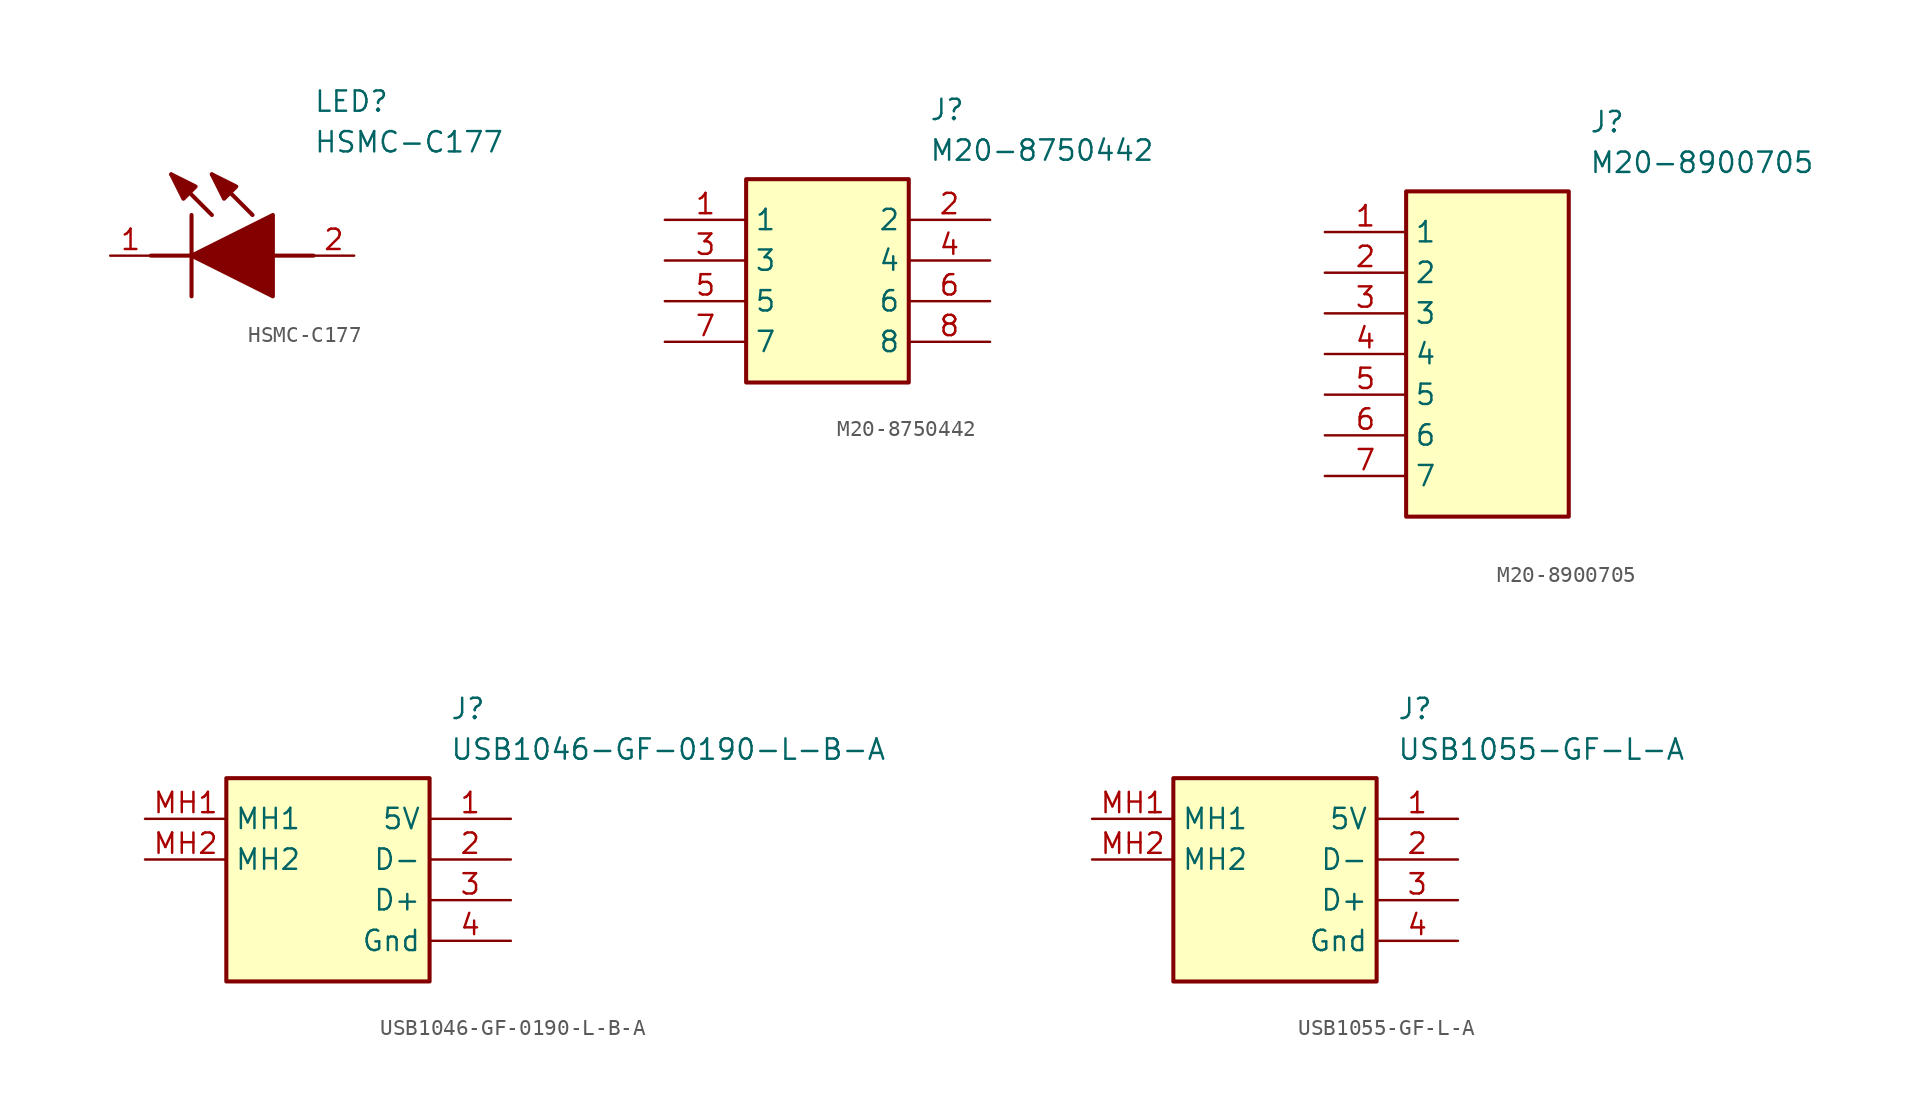
<source format=kicad_sym>
(kicad_symbol_lib
  (version 20231120)
  (generator "kicad_symbol_editor")
  (generator_version "8.0")
  (symbol "HSMC-C177"
    (pin_names hide)
    (property "Reference" "LED"
      (at 12.7 8.89 0)
      (effects (font (size 1.27 1.27)) (justify left bottom)))
    (property "Value" "HSMC-C177"
      (at 12.7 6.35 0)
      (effects (font (size 1.27 1.27)) (justify left bottom)))
    (polyline
      (pts (xy 5.08 2.54) (xy 5.08 -2.54))
      (stroke (width 0.254) (type default))
      (fill (type none)))
    (polyline
      (pts (xy 6.35 2.54) (xy 3.81 5.08))
      (stroke (width 0.254) (type default))
      (fill (type none)))
    (polyline
      (pts (xy 8.89 2.54) (xy 6.35 5.08))
      (stroke (width 0.254) (type default))
      (fill (type none)))
    (polyline
      (pts (xy 2.54 0) (xy 5.08 0))
      (stroke (width 0.254) (type default))
      (fill (type none)))
    (polyline
      (pts (xy 10.16 0) (xy 12.7 0))
      (stroke (width 0.254) (type default))
      (fill (type none)))
    (polyline
      (pts (xy 5.08 0) (xy 10.16 2.54) (xy 10.16 -2.54) (xy 5.08 0))
      (stroke (width 0.254) (type default))
      (fill (type outline)))
    (polyline
      (pts (xy 5.334 4.318) (xy 4.572 3.556) (xy 3.81 5.08) (xy 5.334 4.318))
      (stroke (width 0.254) (type default))
      (fill (type outline)))
    (polyline
      (pts (xy 7.874 4.318) (xy 7.112 3.556) (xy 6.35 5.08) (xy 7.874 4.318))
      (stroke (width 0.254) (type default))
      (fill (type outline)))
    (pin passive line
      (at 0 0 0)
      (length 2.54)
      (name "K" (effects (font (size 1.27 1.27))))
      (number "1" (effects (font (size 1.27 1.27)))))
    (pin passive line
      (at 15.24 0 180)
      (length 2.54)
      (name "A" (effects (font (size 1.27 1.27))))
      (number "2" (effects (font (size 1.27 1.27))))))
  (symbol "M20-8750442"
    (property "Reference" "J"
      (at 16.51 7.62 0)
      (effects (font (size 1.27 1.27)) (justify left top)))
    (property "Value" "M20-8750442"
      (at 16.51 5.08 0)
      (effects (font (size 1.27 1.27)) (justify left top)))
    (rectangle
      (start 5.08 2.54)
      (end 15.24 -10.16)
      (stroke (width 0.254) (type default))
      (fill (type background)))
    (pin passive line
      (at 0 0 0)
      (length 5.08)
      (name "1" (effects (font (size 1.27 1.27))))
      (number "1" (effects (font (size 1.27 1.27)))))
    (pin passive line
      (at 20.32 0 180)
      (length 5.08)
      (name "2" (effects (font (size 1.27 1.27))))
      (number "2" (effects (font (size 1.27 1.27)))))
    (pin passive line
      (at 0 -2.54 0)
      (length 5.08)
      (name "3" (effects (font (size 1.27 1.27))))
      (number "3" (effects (font (size 1.27 1.27)))))
    (pin passive line
      (at 20.32 -2.54 180)
      (length 5.08)
      (name "4" (effects (font (size 1.27 1.27))))
      (number "4" (effects (font (size 1.27 1.27)))))
    (pin passive line
      (at 0 -5.08 0)
      (length 5.08)
      (name "5" (effects (font (size 1.27 1.27))))
      (number "5" (effects (font (size 1.27 1.27)))))
    (pin passive line
      (at 20.32 -5.08 180)
      (length 5.08)
      (name "6" (effects (font (size 1.27 1.27))))
      (number "6" (effects (font (size 1.27 1.27)))))
    (pin passive line
      (at 0 -7.62 0)
      (length 5.08)
      (name "7" (effects (font (size 1.27 1.27))))
      (number "7" (effects (font (size 1.27 1.27)))))
    (pin passive line
      (at 20.32 -7.62 180)
      (length 5.08)
      (name "8" (effects (font (size 1.27 1.27))))
      (number "8" (effects (font (size 1.27 1.27))))))
  (symbol "M20-8900705"
    (property "Reference" "J"
      (at 16.51 7.62 0)
      (effects (font (size 1.27 1.27)) (justify left top)))
    (property "Value" "M20-8900705"
      (at 16.51 5.08 0)
      (effects (font (size 1.27 1.27)) (justify left top)))
    (rectangle
      (start 5.08 2.54)
      (end 15.24 -17.78)
      (stroke (width 0.254) (type default))
      (fill (type background)))
    (pin passive line
      (at 0 0 0)
      (length 5.08)
      (name "1" (effects (font (size 1.27 1.27))))
      (number "1" (effects (font (size 1.27 1.27)))))
    (pin passive line
      (at 0 -2.54 0)
      (length 5.08)
      (name "2" (effects (font (size 1.27 1.27))))
      (number "2" (effects (font (size 1.27 1.27)))))
    (pin passive line
      (at 0 -5.08 0)
      (length 5.08)
      (name "3" (effects (font (size 1.27 1.27))))
      (number "3" (effects (font (size 1.27 1.27)))))
    (pin passive line
      (at 0 -7.62 0)
      (length 5.08)
      (name "4" (effects (font (size 1.27 1.27))))
      (number "4" (effects (font (size 1.27 1.27)))))
    (pin passive line
      (at 0 -10.16 0)
      (length 5.08)
      (name "5" (effects (font (size 1.27 1.27))))
      (number "5" (effects (font (size 1.27 1.27)))))
    (pin passive line
      (at 0 -12.7 0)
      (length 5.08)
      (name "6" (effects (font (size 1.27 1.27))))
      (number "6" (effects (font (size 1.27 1.27)))))
    (pin passive line
      (at 0 -15.24 0)
      (length 5.08)
      (name "7" (effects (font (size 1.27 1.27))))
      (number "7" (effects (font (size 1.27 1.27))))))
  (symbol "USB1046-GF-0190-L-B-A"
    (property "Reference" "J"
      (at 19.05 7.62 0)
      (effects (font (size 1.27 1.27)) (justify left top)))
    (property "Value" "USB1046-GF-0190-L-B-A"
      (at 19.05 5.08 0)
      (effects (font (size 1.27 1.27)) (justify left top)))
    (rectangle
      (start 5.08 2.54)
      (end 17.78 -10.16)
      (stroke (width 0.254) (type default))
      (fill (type background)))
    (pin passive line
      (at 22.86 0 180)
      (length 5.08)
      (name "5V" (effects (font (size 1.27 1.27))))
      (number "1" (effects (font (size 1.27 1.27)))))
    (pin passive line
      (at 22.86 -2.54 180)
      (length 5.08)
      (name "D-" (effects (font (size 1.27 1.27))))
      (number "2" (effects (font (size 1.27 1.27)))))
    (pin passive line
      (at 22.86 -5.08 180)
      (length 5.08)
      (name "D+" (effects (font (size 1.27 1.27))))
      (number "3" (effects (font (size 1.27 1.27)))))
    (pin passive line
      (at 22.86 -7.62 180)
      (length 5.08)
      (name "Gnd" (effects (font (size 1.27 1.27))))
      (number "4" (effects (font (size 1.27 1.27)))))
    (pin passive line
      (at 0 0 0)
      (length 5.08)
      (name "MH1" (effects (font (size 1.27 1.27))))
      (number "MH1" (effects (font (size 1.27 1.27)))))
    (pin passive line
      (at 0 -2.54 0)
      (length 5.08)
      (name "MH2" (effects (font (size 1.27 1.27))))
      (number "MH2" (effects (font (size 1.27 1.27))))))
  (symbol "USB1055-GF-L-A"
    (property "Reference" "J"
      (at 19.05 7.62 0)
      (effects (font (size 1.27 1.27)) (justify left top)))
    (property "Value" "USB1055-GF-L-A"
      (at 19.05 5.08 0)
      (effects (font (size 1.27 1.27)) (justify left top)))
    (rectangle
      (start 5.08 2.54)
      (end 17.78 -10.16)
      (stroke (width 0.254) (type default))
      (fill (type background)))
    (pin passive line
      (at 22.86 0 180)
      (length 5.08)
      (name "5V" (effects (font (size 1.27 1.27))))
      (number "1" (effects (font (size 1.27 1.27)))))
    (pin passive line
      (at 22.86 -2.54 180)
      (length 5.08)
      (name "D-" (effects (font (size 1.27 1.27))))
      (number "2" (effects (font (size 1.27 1.27)))))
    (pin passive line
      (at 22.86 -5.08 180)
      (length 5.08)
      (name "D+" (effects (font (size 1.27 1.27))))
      (number "3" (effects (font (size 1.27 1.27)))))
    (pin passive line
      (at 22.86 -7.62 180)
      (length 5.08)
      (name "Gnd" (effects (font (size 1.27 1.27))))
      (number "4" (effects (font (size 1.27 1.27)))))
    (pin passive line
      (at 0 0 0)
      (length 5.08)
      (name "MH1" (effects (font (size 1.27 1.27))))
      (number "MH1" (effects (font (size 1.27 1.27)))))
    (pin passive line
      (at 0 -2.54 0)
      (length 5.08)
      (name "MH2" (effects (font (size 1.27 1.27))))
      (number "MH2" (effects (font (size 1.27 1.27)))))))
</source>
